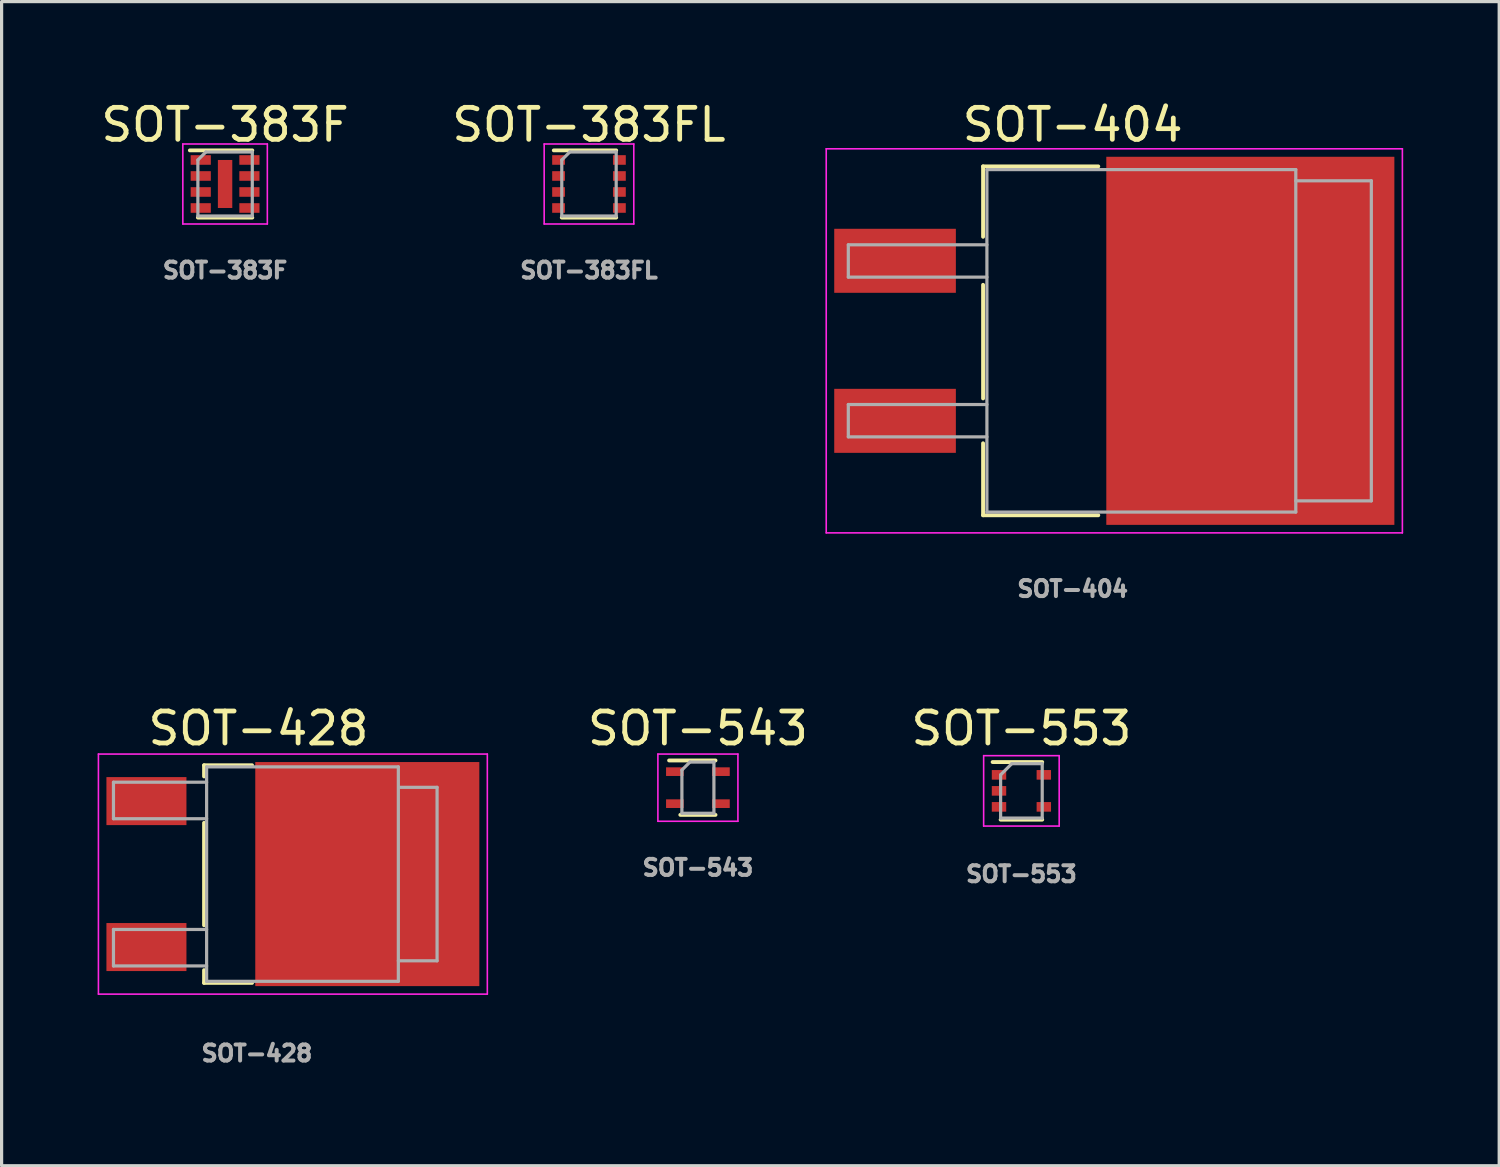
<source format=kicad_pcb>
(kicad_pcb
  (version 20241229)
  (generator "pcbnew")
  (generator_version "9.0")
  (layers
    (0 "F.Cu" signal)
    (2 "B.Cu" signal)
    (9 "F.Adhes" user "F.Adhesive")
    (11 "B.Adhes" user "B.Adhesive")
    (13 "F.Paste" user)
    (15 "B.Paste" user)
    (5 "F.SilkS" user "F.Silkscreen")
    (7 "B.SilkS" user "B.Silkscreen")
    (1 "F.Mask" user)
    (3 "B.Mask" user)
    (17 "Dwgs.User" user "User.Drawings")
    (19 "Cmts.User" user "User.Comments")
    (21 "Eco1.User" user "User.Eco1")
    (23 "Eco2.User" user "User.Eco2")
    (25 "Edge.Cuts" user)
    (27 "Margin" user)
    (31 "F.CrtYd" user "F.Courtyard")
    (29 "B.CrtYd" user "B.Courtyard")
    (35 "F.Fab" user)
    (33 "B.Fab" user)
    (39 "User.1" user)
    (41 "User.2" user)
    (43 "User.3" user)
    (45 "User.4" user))
  (footprint "SOT-383F"
    (layer "F.Cu")
    (at 3.982 2.698)
    (property "Reference" "SOT-383F" (at 0 -1.85 0) (layer "F.SilkS") (effects (font (size 1 1) (thickness 0.15))))
    (attr smd)
    (fp_line (start -0.85 1.05) (end 0.85 1.05) (stroke (width 0.12) (type solid)) (layer "F.SilkS"))
    (fp_line (start 0.85 -1.05) (end -1.1 -1.05) (stroke (width 0.12) (type solid)) (layer "F.SilkS"))
    (fp_line (start -1.32 -1.25) (end -1.32 1.25) (stroke (width 0.05) (type solid)) (layer "F.CrtYd"))
    (fp_line (start -1.32 -1.25) (end 1.32 -1.25) (stroke (width 0.05) (type solid)) (layer "F.CrtYd"))
    (fp_line (start 1.32 1.25) (end -1.32 1.25) (stroke (width 0.05) (type solid)) (layer "F.CrtYd"))
    (fp_line (start 1.32 1.25) (end 1.32 -1.25) (stroke (width 0.05) (type solid)) (layer "F.CrtYd"))
    (fp_line (start -0.85 -0.75) (end -0.85 1) (stroke (width 0.1) (type solid)) (layer "F.Fab"))
    (fp_line (start -0.85 -0.75) (end -0.6 -1) (stroke (width 0.1) (type solid)) (layer "F.Fab"))
    (fp_line (start -0.85 1) (end 0.85 1) (stroke (width 0.1) (type solid)) (layer "F.Fab"))
    (fp_line (start -0.6 -1) (end 0.85 -1) (stroke (width 0.1) (type solid)) (layer "F.Fab"))
    (fp_line (start 0.85 1) (end 0.85 -1) (stroke (width 0.1) (type solid)) (layer "F.Fab"))
    (fp_text user "${REFERENCE}" (at 0 2.7 0) (layer "F.Fab") (effects (font (size 0.5 0.5) (thickness 0.125))))
    (pad "1" smd rect (at -0.76 -0.75) (size 0.63 0.3) (layers "F.Cu" "F.Mask" "F.Paste"))
    (pad "2" smd rect (at -0.76 -0.25) (size 0.63 0.3) (layers "F.Cu" "F.Mask" "F.Paste"))
    (pad "3" smd rect (at -0.76 0.25) (size 0.63 0.3) (layers "F.Cu" "F.Mask" "F.Paste"))
    (pad "4" smd rect (at -0.76 0.75) (size 0.63 0.3) (layers "F.Cu" "F.Mask" "F.Paste"))
    (pad "5" smd rect (at 0.76 0.75) (size 0.63 0.3) (layers "F.Cu" "F.Mask" "F.Paste"))
    (pad "6" smd rect (at 0.76 0.25) (size 0.63 0.3) (layers "F.Cu" "F.Mask" "F.Paste"))
    (pad "7" smd rect (at 0.76 -0.25) (size 0.63 0.3) (layers "F.Cu" "F.Mask" "F.Paste"))
    (pad "8" smd rect (at 0.76 -0.75) (size 0.63 0.3) (layers "F.Cu" "F.Mask" "F.Paste"))
    (pad "9" smd rect (at 0 0) (size 0.45 1.5) (layers "F.Cu" "F.Mask" "F.Paste")))
  (footprint "SOT-383FL"
    (layer "F.Cu")
    (at 15.351 2.698)
    (property "Reference" "SOT-383FL" (at 0 -1.85 0) (layer "F.SilkS") (effects (font (size 1 1) (thickness 0.15))))
    (attr smd)
    (fp_line (start -0.85 1.05) (end 0.85 1.05) (stroke (width 0.12) (type solid)) (layer "F.SilkS"))
    (fp_line (start 0.85 -1.05) (end -1.1 -1.05) (stroke (width 0.12) (type solid)) (layer "F.SilkS"))
    (fp_line (start -1.4 -1.25) (end -1.4 1.25) (stroke (width 0.05) (type solid)) (layer "F.CrtYd"))
    (fp_line (start -1.4 -1.25) (end 1.4 -1.25) (stroke (width 0.05) (type solid)) (layer "F.CrtYd"))
    (fp_line (start 1.4 1.25) (end -1.4 1.25) (stroke (width 0.05) (type solid)) (layer "F.CrtYd"))
    (fp_line (start 1.4 1.25) (end 1.4 -1.25) (stroke (width 0.05) (type solid)) (layer "F.CrtYd"))
    (fp_line (start -0.85 -0.75) (end -0.85 1) (stroke (width 0.1) (type solid)) (layer "F.Fab"))
    (fp_line (start -0.85 -0.75) (end -0.6 -1) (stroke (width 0.1) (type solid)) (layer "F.Fab"))
    (fp_line (start -0.85 1) (end 0.85 1) (stroke (width 0.1) (type solid)) (layer "F.Fab"))
    (fp_line (start -0.6 -1) (end 0.85 -1) (stroke (width 0.1) (type solid)) (layer "F.Fab"))
    (fp_line (start 0.85 1) (end 0.85 -1) (stroke (width 0.1) (type solid)) (layer "F.Fab"))
    (fp_text user "${REFERENCE}" (at 0 2.7 0) (layer "F.Fab") (effects (font (size 0.5 0.5) (thickness 0.125))))
    (pad "1" smd rect (at -0.95 -0.75) (size 0.4 0.3) (layers "F.Cu" "F.Mask" "F.Paste"))
    (pad "2" smd rect (at -0.95 -0.25) (size 0.4 0.3) (layers "F.Cu" "F.Mask" "F.Paste"))
    (pad "3" smd rect (at -0.95 0.25) (size 0.4 0.3) (layers "F.Cu" "F.Mask" "F.Paste"))
    (pad "4" smd rect (at -0.95 0.75) (size 0.4 0.3) (layers "F.Cu" "F.Mask" "F.Paste"))
    (pad "5" smd rect (at 0.95 0.75) (size 0.4 0.3) (layers "F.Cu" "F.Mask" "F.Paste"))
    (pad "6" smd rect (at 0.95 0.25) (size 0.4 0.3) (layers "F.Cu" "F.Mask" "F.Paste"))
    (pad "7" smd rect (at 0.95 -0.25) (size 0.4 0.3) (layers "F.Cu" "F.Mask" "F.Paste"))
    (pad "8" smd rect (at 0.95 -0.75) (size 0.4 0.3) (layers "F.Cu" "F.Mask" "F.Paste")))
  (footprint "SOT-553"
    (layer "F.Cu")
    (at 28.861 21.658)
    (property "Reference" "SOT-553" (at 0 -1.95 0) (layer "F.SilkS") (effects (font (size 1 1) (thickness 0.15))))
    (attr smd)
    (fp_line (start -0.9 -0.9) (end 0.65 -0.9) (stroke (width 0.12) (type solid)) (layer "F.SilkS"))
    (fp_line (start 0.65 0.9) (end -0.65 0.9) (stroke (width 0.12) (type solid)) (layer "F.SilkS"))
    (fp_line (start -1.18 -1.1) (end -1.18 1.1) (stroke (width 0.05) (type solid)) (layer "F.CrtYd"))
    (fp_line (start -1.18 -1.1) (end 1.18 -1.1) (stroke (width 0.05) (type solid)) (layer "F.CrtYd"))
    (fp_line (start 1.18 1.1) (end -1.18 1.1) (stroke (width 0.05) (type solid)) (layer "F.CrtYd"))
    (fp_line (start 1.18 1.1) (end 1.18 -1.1) (stroke (width 0.05) (type solid)) (layer "F.CrtYd"))
    (fp_line (start -0.65 -0.5) (end -0.65 0.85) (stroke (width 0.1) (type solid)) (layer "F.Fab"))
    (fp_line (start -0.65 -0.5) (end -0.3 -0.85) (stroke (width 0.1) (type solid)) (layer "F.Fab"))
    (fp_line (start -0.65 0.85) (end 0.65 0.85) (stroke (width 0.1) (type solid)) (layer "F.Fab"))
    (fp_line (start 0.65 -0.85) (end -0.3 -0.85) (stroke (width 0.1) (type solid)) (layer "F.Fab"))
    (fp_line (start 0.65 0.85) (end 0.65 -0.85) (stroke (width 0.1) (type solid)) (layer "F.Fab"))
    (fp_text user "${REFERENCE}" (at 0 2.6 0) (layer "F.Fab") (effects (font (size 0.5 0.5) (thickness 0.125))))
    (pad "1" smd rect (at -0.7 -0.5) (size 0.45 0.3) (layers "F.Cu" "F.Mask" "F.Paste"))
    (pad "2" smd rect (at -0.7 0) (size 0.45 0.3) (layers "F.Cu" "F.Mask" "F.Paste"))
    (pad "3" smd rect (at -0.7 0.5) (size 0.45 0.3) (layers "F.Cu" "F.Mask" "F.Paste"))
    (pad "4" smd rect (at 0.7 0.5) (size 0.45 0.3) (layers "F.Cu" "F.Mask" "F.Paste"))
    (pad "5" smd rect (at 0.7 -0.5) (size 0.45 0.3) (layers "F.Cu" "F.Mask" "F.Paste")))
  (footprint "SOT-428"
    (layer "F.Cu")
    (at 4.975 24.258)
    (property "Reference" "SOT-428" (at 0.05 -4.55 0) (layer "F.SilkS") (effects (font (size 1 1) (thickness 0.15))))
    (attr smd)
    (fp_line (start -1.65 -3.4) (end -0.15 -3.4) (stroke (width 0.12) (type solid)) (layer "F.SilkS"))
    (fp_line (start -1.65 -3.05) (end -1.65 -3.4) (stroke (width 0.12) (type solid)) (layer "F.SilkS"))
    (fp_line (start -1.65 1.6) (end -1.65 -1.6) (stroke (width 0.12) (type solid)) (layer "F.SilkS"))
    (fp_line (start -1.65 3.4) (end -1.65 3) (stroke (width 0.12) (type solid)) (layer "F.SilkS"))
    (fp_line (start -0.15 3.4) (end -1.65 3.4) (stroke (width 0.12) (type solid)) (layer "F.SilkS"))
    (fp_line (start -4.95 3.75) (end -4.95 -3.75) (stroke (width 0.05) (type solid)) (layer "F.CrtYd"))
    (fp_line (start -4.95 3.75) (end 7.2 3.75) (stroke (width 0.05) (type solid)) (layer "F.CrtYd"))
    (fp_line (start 7.2 -3.75) (end -4.95 -3.75) (stroke (width 0.05) (type solid)) (layer "F.CrtYd"))
    (fp_line (start 7.2 -3.75) (end 7.2 3.75) (stroke (width 0.05) (type solid)) (layer "F.CrtYd"))
    (fp_line (start -4.48 -2.87) (end -4.48 -1.73) (stroke (width 0.1) (type solid)) (layer "F.Fab"))
    (fp_line (start -4.48 -1.73) (end -1.57 -1.73) (stroke (width 0.1) (type solid)) (layer "F.Fab"))
    (fp_line (start -4.48 1.73) (end -4.48 2.87) (stroke (width 0.1) (type solid)) (layer "F.Fab"))
    (fp_line (start -4.48 2.87) (end -1.57 2.87) (stroke (width 0.1) (type solid)) (layer "F.Fab"))
    (fp_line (start -1.57 -2.87) (end -4.48 -2.87) (stroke (width 0.1) (type solid)) (layer "F.Fab"))
    (fp_line (start -1.57 1.73) (end -4.48 1.73) (stroke (width 0.1) (type solid)) (layer "F.Fab"))
    (fp_line (start -1.57 3.35) (end -1.57 -3.35) (stroke (width 0.1) (type solid)) (layer "F.Fab"))
    (fp_line (start -1.57 3.35) (end 4.42 3.35) (stroke (width 0.1) (type solid)) (layer "F.Fab"))
    (fp_line (start 4.42 -3.35) (end -1.57 -3.35) (stroke (width 0.1) (type solid)) (layer "F.Fab"))
    (fp_line (start 4.42 3.35) (end 4.42 -3.35) (stroke (width 0.1) (type solid)) (layer "F.Fab"))
    (fp_line (start 4.43 -2.71) (end 5.63 -2.71) (stroke (width 0.1) (type solid)) (layer "F.Fab"))
    (fp_line (start 5.63 -2.71) (end 5.63 2.71) (stroke (width 0.1) (type solid)) (layer "F.Fab"))
    (fp_line (start 5.63 2.71) (end 4.42 2.71) (stroke (width 0.1) (type solid)) (layer "F.Fab"))
    (fp_text user "${REFERENCE}" (at 0 5.6 0) (layer "F.Fab") (effects (font (size 0.5 0.5) (thickness 0.125))))
    (pad "1" smd rect (at -3.45 -2.28 270) (size 1.5 2.5) (layers "F.Cu" "F.Mask" "F.Paste"))
    (pad "2" smd rect (at 3.45 0 270) (size 7 7) (layers "F.Cu" "F.Mask" "F.Paste"))
    (pad "3" smd rect (at -3.45 2.28 270) (size 1.5 2.5) (layers "F.Cu" "F.Mask" "F.Paste")))
  (footprint "SOT-404"
    (layer "F.Cu")
    (at 30.463 7.598)
    (property "Reference" "SOT-404" (at 0 -6.75 0) (layer "F.SilkS") (effects (font (size 1 1) (thickness 0.15))))
    (attr smd)
    (fp_line (start -2.8 -5.45) (end 0.8 -5.45) (stroke (width 0.12) (type solid)) (layer "F.SilkS"))
    (fp_line (start -2.8 -3.25) (end -2.8 -5.45) (stroke (width 0.12) (type solid)) (layer "F.SilkS"))
    (fp_line (start -2.8 1.8) (end -2.8 -1.75) (stroke (width 0.12) (type solid)) (layer "F.SilkS"))
    (fp_line (start -2.8 5.45) (end -2.8 3.2) (stroke (width 0.12) (type solid)) (layer "F.SilkS"))
    (fp_line (start 0.8 5.45) (end -2.8 5.45) (stroke (width 0.12) (type solid)) (layer "F.SilkS"))
    (fp_line (start -7.7 6) (end -7.7 -6) (stroke (width 0.05) (type solid)) (layer "F.CrtYd"))
    (fp_line (start -7.7 6) (end 10.3 6) (stroke (width 0.05) (type solid)) (layer "F.CrtYd"))
    (fp_line (start 10.3 -6) (end -7.7 -6) (stroke (width 0.05) (type solid)) (layer "F.CrtYd"))
    (fp_line (start 10.3 -6) (end 10.3 6) (stroke (width 0.05) (type solid)) (layer "F.CrtYd"))
    (fp_line (start -7.01 -3) (end -7.01 -1.99) (stroke (width 0.1) (type solid)) (layer "F.Fab"))
    (fp_line (start -7.01 -1.99) (end -2.68 -1.99) (stroke (width 0.1) (type solid)) (layer "F.Fab"))
    (fp_line (start -7.01 1.99) (end -7.01 3) (stroke (width 0.1) (type solid)) (layer "F.Fab"))
    (fp_line (start -7.01 3) (end -2.68 3) (stroke (width 0.1) (type solid)) (layer "F.Fab"))
    (fp_line (start -2.68 -5.35) (end 6.97 -5.35) (stroke (width 0.1) (type solid)) (layer "F.Fab"))
    (fp_line (start -2.68 -3) (end -7.01 -3) (stroke (width 0.1) (type solid)) (layer "F.Fab"))
    (fp_line (start -2.68 1.99) (end -7.01 1.99) (stroke (width 0.1) (type solid)) (layer "F.Fab"))
    (fp_line (start -2.68 5.35) (end -2.68 -5.35) (stroke (width 0.1) (type solid)) (layer "F.Fab"))
    (fp_line (start 6.97 -5.35) (end 6.97 5.35) (stroke (width 0.1) (type solid)) (layer "F.Fab"))
    (fp_line (start 6.97 -5) (end 9.33 -5) (stroke (width 0.1) (type solid)) (layer "F.Fab"))
    (fp_line (start 6.97 5.35) (end -2.68 5.35) (stroke (width 0.1) (type solid)) (layer "F.Fab"))
    (fp_line (start 9.33 -5) (end 9.33 5) (stroke (width 0.1) (type solid)) (layer "F.Fab"))
    (fp_line (start 9.33 5) (end 6.97 5) (stroke (width 0.1) (type solid)) (layer "F.Fab"))
    (fp_text user "${REFERENCE}" (at 0 7.75 0) (layer "F.Fab") (effects (font (size 0.5 0.5) (thickness 0.125))))
    (pad "1" smd rect (at -5.55 -2.5 270) (size 2 3.8) (layers "F.Cu" "F.Mask" "F.Paste"))
    (pad "2" smd rect (at 5.55 0 270) (size 11.5 9) (layers "F.Cu" "F.Mask" "F.Paste"))
    (pad "3" smd rect (at -5.55 2.5 270) (size 2 3.8) (layers "F.Cu" "F.Mask" "F.Paste")))
  (footprint "SOT-543"
    (layer "F.Cu")
    (at 18.754 21.558)
    (property "Reference" "SOT-543" (at 0 -1.85 0) (layer "F.SilkS") (effects (font (size 1 1) (thickness 0.15))))
    (attr smd)
    (fp_line (start 0.55 -0.85) (end -0.9 -0.85) (stroke (width 0.12) (type solid)) (layer "F.SilkS"))
    (fp_line (start 0.55 0.85) (end -0.55 0.85) (stroke (width 0.12) (type solid)) (layer "F.SilkS"))
    (fp_line (start -1.25 1.05) (end -1.25 -1.05) (stroke (width 0.05) (type solid)) (layer "F.CrtYd"))
    (fp_line (start -1.25 1.05) (end 1.25 1.05) (stroke (width 0.05) (type solid)) (layer "F.CrtYd"))
    (fp_line (start 1.25 -1.05) (end -1.25 -1.05) (stroke (width 0.05) (type solid)) (layer "F.CrtYd"))
    (fp_line (start 1.25 -1.05) (end 1.25 1.05) (stroke (width 0.05) (type solid)) (layer "F.CrtYd"))
    (fp_line (start -0.5 -0.55) (end -0.5 0.8) (stroke (width 0.1) (type solid)) (layer "F.Fab"))
    (fp_line (start -0.5 0.8) (end 0.5 0.8) (stroke (width 0.1) (type solid)) (layer "F.Fab"))
    (fp_line (start -0.25 -0.8) (end -0.5 -0.55) (stroke (width 0.1) (type solid)) (layer "F.Fab"))
    (fp_line (start 0.5 -0.8) (end -0.25 -0.8) (stroke (width 0.1) (type solid)) (layer "F.Fab"))
    (fp_line (start 0.5 0.8) (end 0.5 -0.8) (stroke (width 0.1) (type solid)) (layer "F.Fab"))
    (fp_text user "${REFERENCE}" (at 0 2.5 0) (layer "F.Fab") (effects (font (size 0.5 0.5) (thickness 0.125))))
    (pad "1" smd rect (at -0.72 -0.5 270) (size 0.27 0.55) (layers "F.Cu" "F.Mask" "F.Paste"))
    (pad "2" smd rect (at -0.72 0.5 270) (size 0.27 0.55) (layers "F.Cu" "F.Mask" "F.Paste"))
    (pad "3" smd rect (at 0.72 0.5 270) (size 0.27 0.55) (layers "F.Cu" "F.Mask" "F.Paste"))
    (pad "4" smd rect (at 0.72 -0.5 270) (size 0.27 0.55) (layers "F.Cu" "F.Mask" "F.Paste")))
  (gr_rect
    (start -3 -3)
    (end 43.788 33.37)
    (stroke (width 0.1) (type default))
    (fill no)
    (layer "Edge.Cuts")))
</source>
